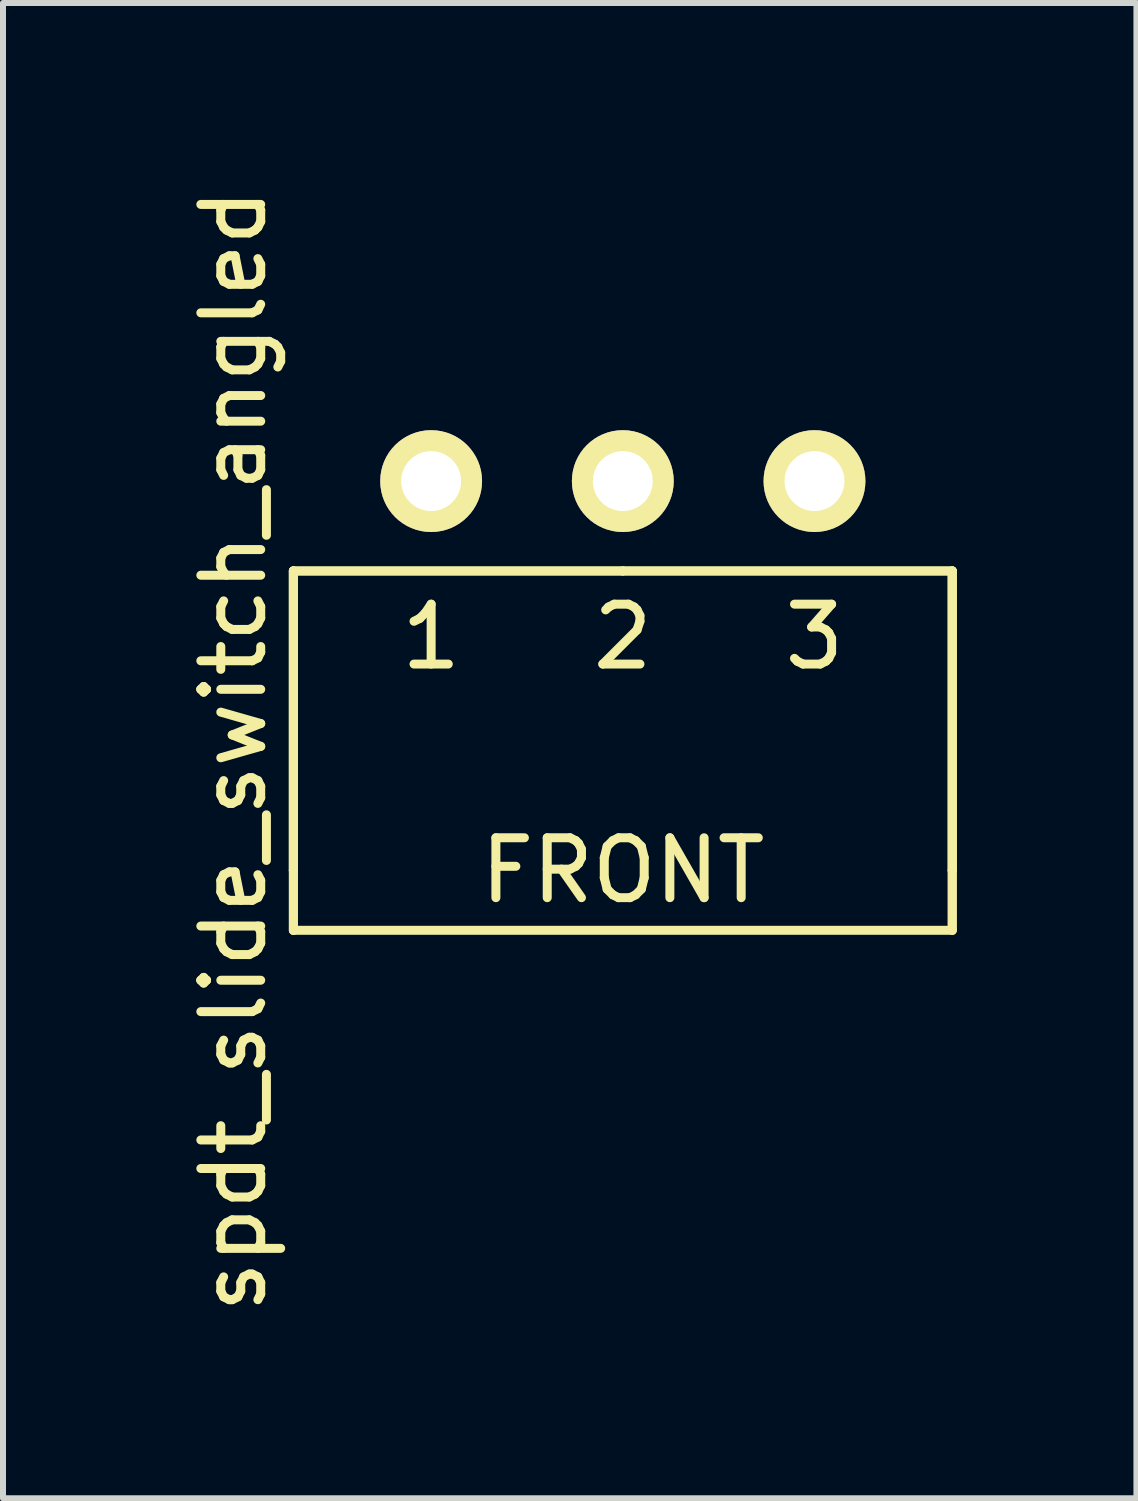
<source format=kicad_pcb>
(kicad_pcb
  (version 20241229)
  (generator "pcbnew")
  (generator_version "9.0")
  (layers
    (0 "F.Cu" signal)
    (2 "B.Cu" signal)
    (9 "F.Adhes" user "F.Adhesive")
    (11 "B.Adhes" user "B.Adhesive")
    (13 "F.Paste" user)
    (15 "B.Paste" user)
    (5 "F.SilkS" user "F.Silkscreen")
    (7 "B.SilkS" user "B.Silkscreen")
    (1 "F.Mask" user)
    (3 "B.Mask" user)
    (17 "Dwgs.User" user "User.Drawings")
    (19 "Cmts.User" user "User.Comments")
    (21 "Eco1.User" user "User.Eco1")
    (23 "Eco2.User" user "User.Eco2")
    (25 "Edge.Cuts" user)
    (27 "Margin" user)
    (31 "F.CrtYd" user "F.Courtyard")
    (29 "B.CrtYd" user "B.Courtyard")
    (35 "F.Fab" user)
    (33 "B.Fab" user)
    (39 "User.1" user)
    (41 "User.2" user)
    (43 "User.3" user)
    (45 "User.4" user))
  (footprint "spdt_slide_switch_angled"
    (layer "F.Cu")
    (at 7.348 4.982)
    (property "Reference" "spdt_slide_switch_angled" (at -6.5 4.5 90) (layer "F.SilkS") (effects (font (size 1 1) (thickness 0.15))))
    (attr through_hole)
    (fp_line (start -5.5 1.5) (end -5.5 6.5) (stroke (width 0.15) (type solid)) (layer "F.SilkS"))
    (fp_line (start -5.5 1.5) (end -5.5 6.5) (stroke (width 0.15) (type solid)) (layer "F.SilkS"))
    (fp_line (start -5.5 1.5) (end 0 1.5) (stroke (width 0.15) (type solid)) (layer "F.SilkS"))
    (fp_line (start -5.5 6.5) (end -5.5 1.5) (stroke (width 0.15) (type solid)) (layer "F.SilkS"))
    (fp_line (start -5.5 6.5) (end -5.5 7.5) (stroke (width 0.15) (type solid)) (layer "F.SilkS"))
    (fp_line (start -5.5 7.5) (end -5.5 6.5) (stroke (width 0.15) (type solid)) (layer "F.SilkS"))
    (fp_line (start -5.5 7.5) (end 5.5 7.5) (stroke (width 0.15) (type solid)) (layer "F.SilkS"))
    (fp_line (start 0 1.5) (end -5.5 1.5) (stroke (width 0.15) (type solid)) (layer "F.SilkS"))
    (fp_line (start 0 1.5) (end 5.5 1.5) (stroke (width 0.15) (type solid)) (layer "F.SilkS"))
    (fp_line (start 5.5 1.5) (end 0 1.5) (stroke (width 0.15) (type solid)) (layer "F.SilkS"))
    (fp_line (start 5.5 1.5) (end 5.5 6.5) (stroke (width 0.15) (type solid)) (layer "F.SilkS"))
    (fp_line (start 5.5 1.5) (end 5.5 6.5) (stroke (width 0.15) (type solid)) (layer "F.SilkS"))
    (fp_line (start 5.5 6.5) (end 5.5 1.5) (stroke (width 0.15) (type solid)) (layer "F.SilkS"))
    (fp_line (start 5.5 6.5) (end 5.5 7.5) (stroke (width 0.15) (type solid)) (layer "F.SilkS"))
    (fp_line (start 5.5 7.5) (end 5.5 6.5) (stroke (width 0.15) (type solid)) (layer "F.SilkS"))
    (fp_text user "FRONT" (at 0 6.5 0) (layer "F.SilkS") (effects (font (size 1 1) (thickness 0.15))))
    (fp_text user "3" (at 3.2 2.6 0) (layer "F.SilkS") (effects (font (size 1 1) (thickness 0.15))))
    (fp_text user "2" (at 0 2.6 0) (layer "F.SilkS") (effects (font (size 1 1) (thickness 0.15))))
    (fp_text user "1" (at -3.2 2.6 0) (layer "F.SilkS") (effects (font (size 1 1) (thickness 0.15))))
    (pad "1" thru_hole circle (at -3.2 0) (size 1.7 1.7) (drill 1) (layers "*.Cu" "*.Mask" "F.SilkS"))
    (pad "2" thru_hole circle (at 0 0) (size 1.7 1.7) (drill 1) (layers "*.Cu" "*.Mask" "F.SilkS"))
    (pad "3" thru_hole circle (at 3.2 0) (size 1.7 1.7) (drill 1) (layers "*.Cu" "*.Mask" "F.SilkS")))
  (gr_rect
    (start -3 -3)
    (end 15.923 21.964)
    (stroke (width 0.1) (type default))
    (fill no)
    (layer "Edge.Cuts")))
</source>
